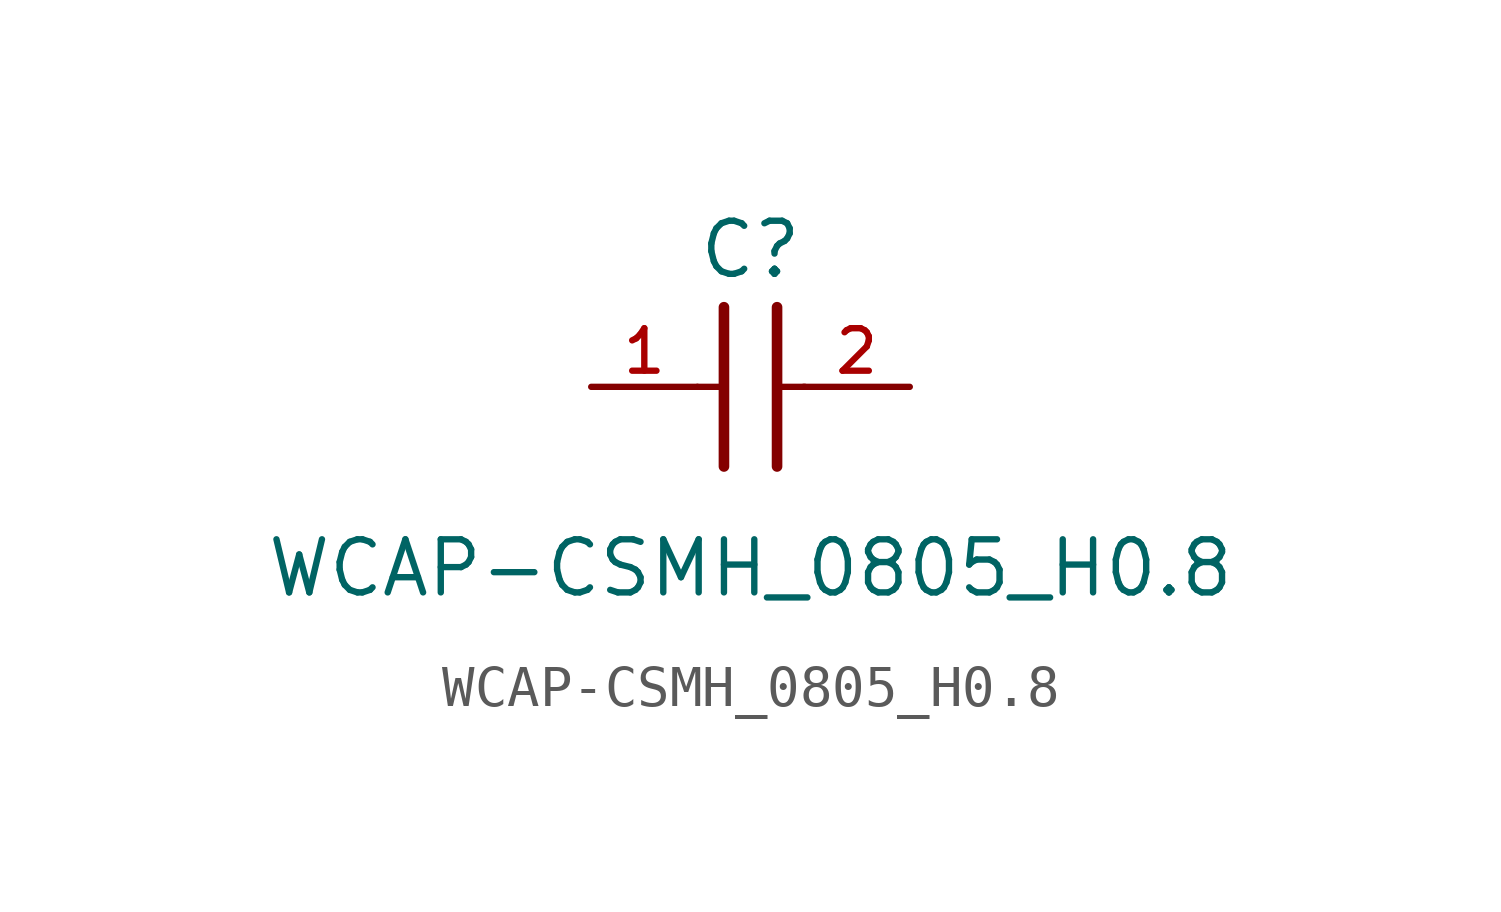
<source format=kicad_sym>
(kicad_symbol_lib
  (version 20211014)
  (generator kicad_symbol_editor)
  (symbol "WCAP-CSMH_0805_H0.8"
    (pin_names
      (offset 1.016))
    (property "Reference" "C"
      (at 1.27 2.54 0)
      (effects (font (size 1.27 1.27)) (justify bottom)))
    (property "Value" "WCAP-CSMH_0805_H0.8"
      (at 1.27 -5.08 0)
      (effects (font (size 1.27 1.27)) (justify bottom)))
    (symbol "WCAP-CSMH_0805_H0.8_0_0"
      (polyline (pts (xy 1.905 1.905) (xy 1.905 -1.905)) (stroke (width 0.254)))
      (polyline (pts (xy 0.635 -1.905) (xy 0.635 1.905)) (stroke (width 0.254)))
      (polyline (pts (xy 0.0 0.0) (xy 0.643 0.0)) (stroke (width 0.152)))
      (polyline (pts (xy 1.928 0.0) (xy 2.57 0.0)) (stroke (width 0.152)))
      (pin passive line (at -2.54 0.0 0) (length 2.54) (name "~" (effects (font (size 1.016 1.016)))) (number "1" (effects (font (size 1.016 1.016)))))
      (pin passive line (at 5.08 0.0 180.0) (length 2.54) (name "~" (effects (font (size 1.016 1.016)))) (number "2" (effects (font (size 1.016 1.016))))))))
</source>
